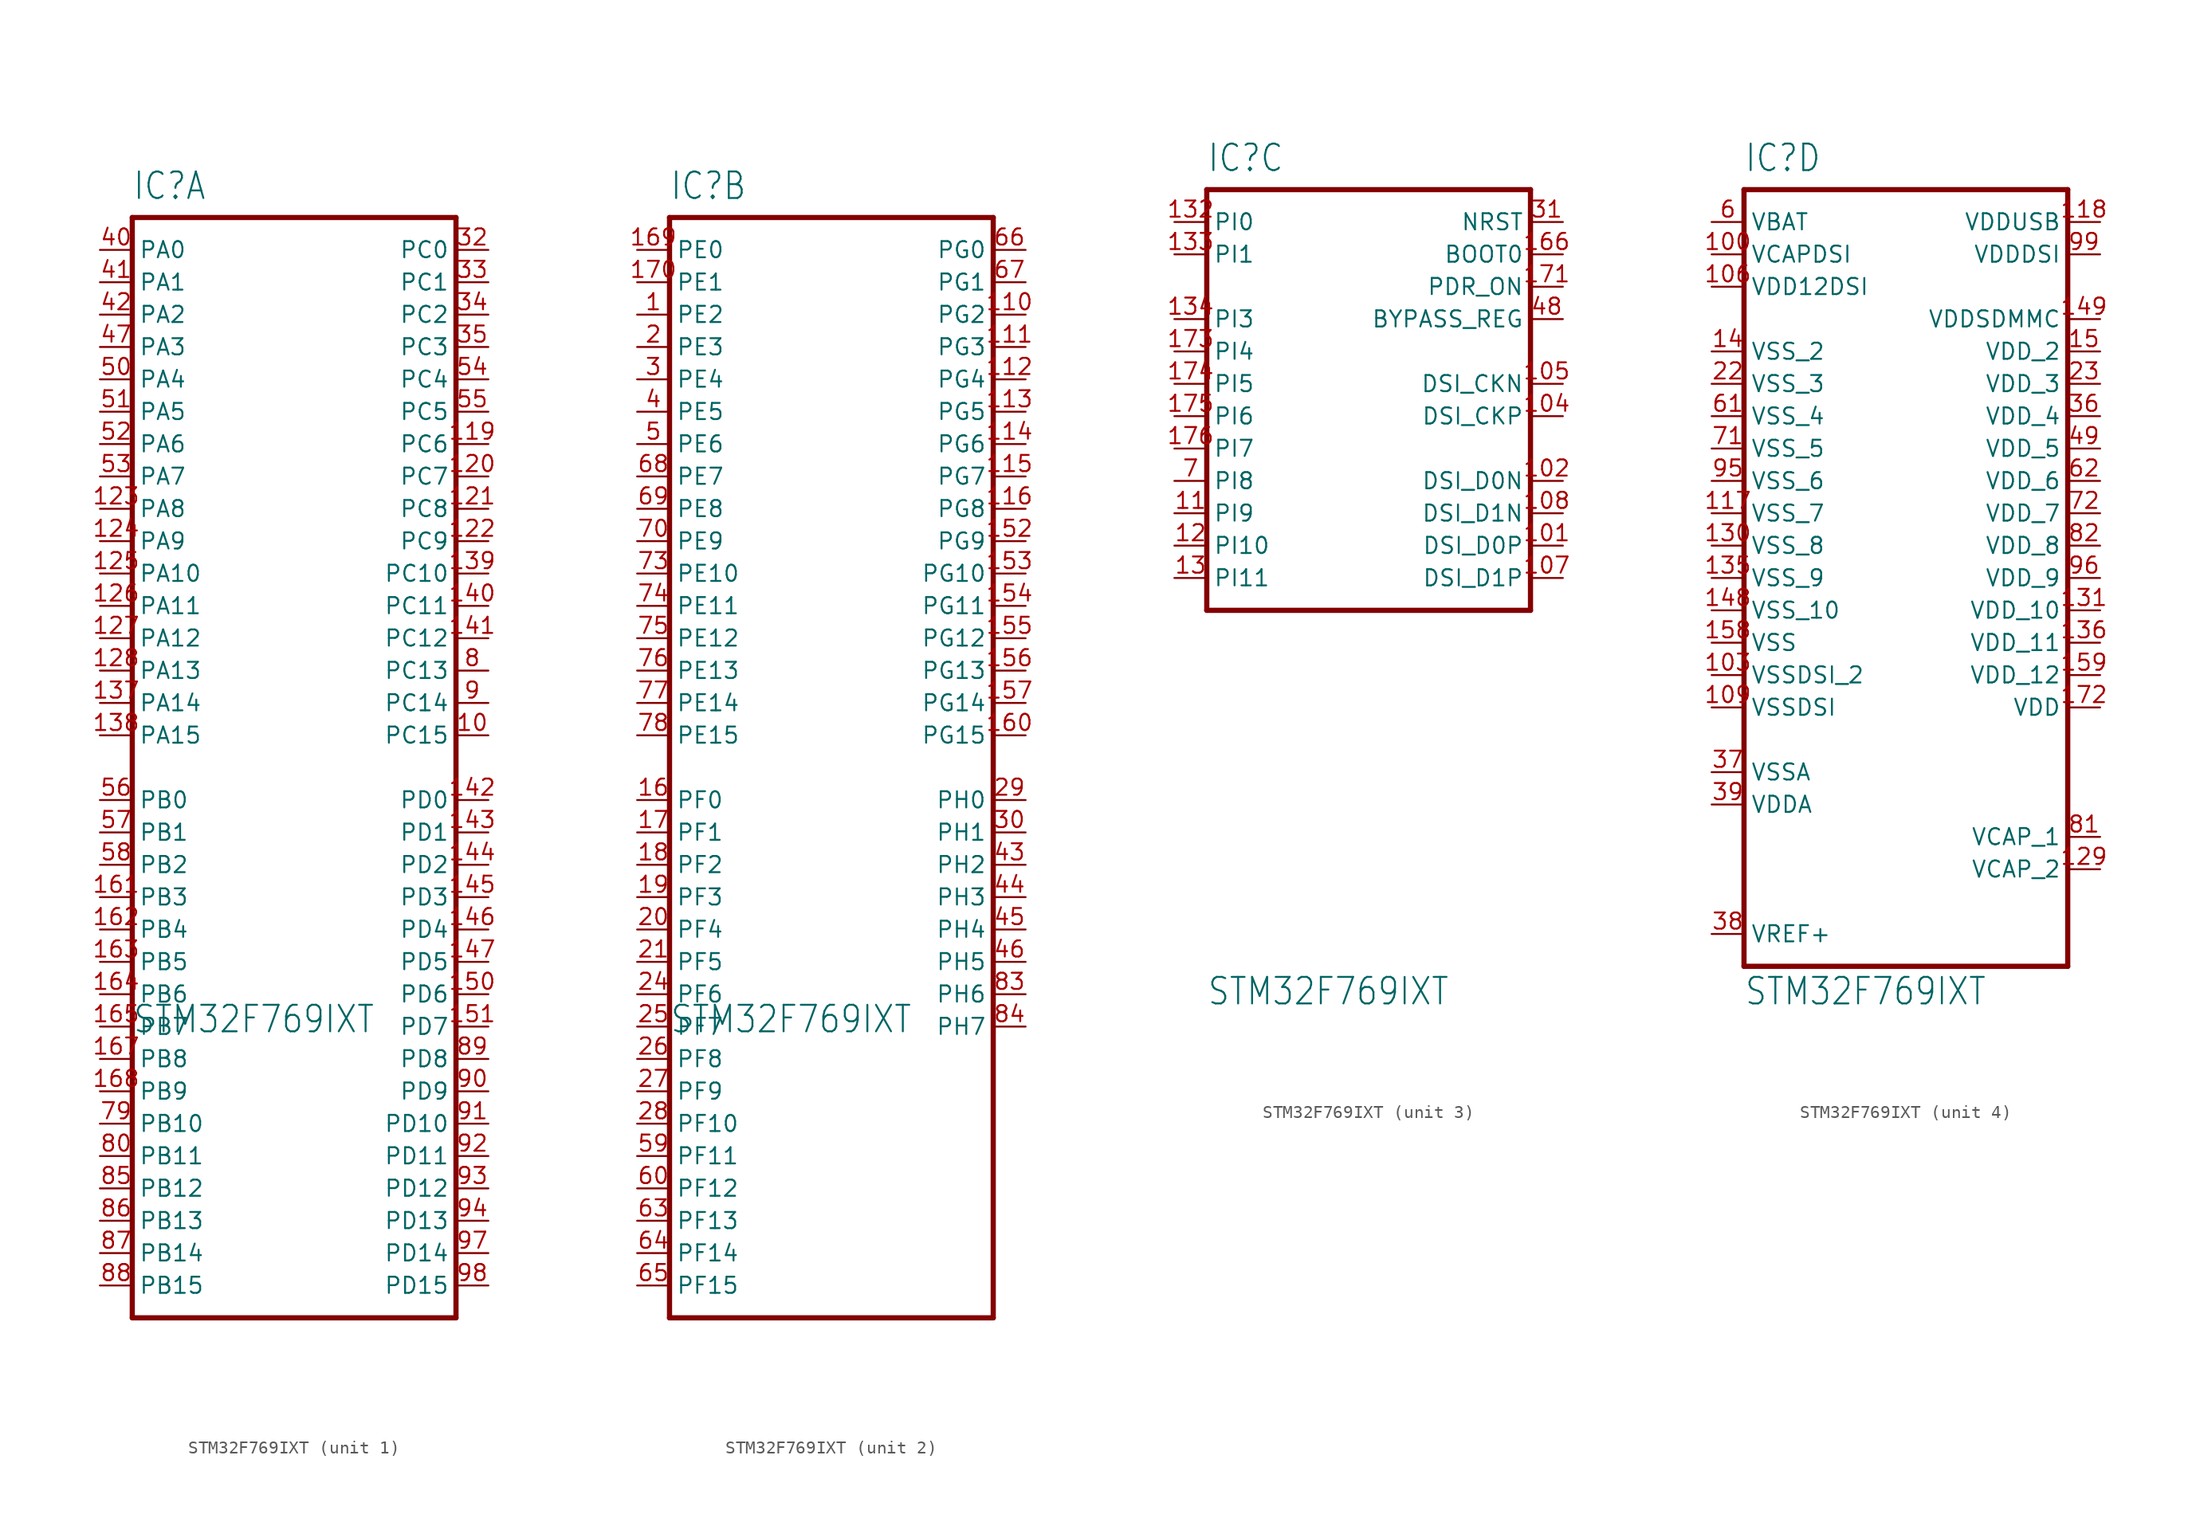
<source format=kicad_sym>
(kicad_symbol_lib
  (version 20211014)
  (generator kicad_symbol_editor)
  (symbol "STM32F769IXT"
    (property "Reference" "IC"
      (at 0 1.27 0)
      (effects (font (size 2.083 1.77)) (justify left bottom)))
    (property "Value" "STM32F769IXT"
      (at 0 -64.135 0)
      (effects (font (size 2.083 1.77)) (justify left bottom)))
    (property "ki_locked" ""
      (at 0 0 0)
      (effects (font (size 1.27 1.27))))
    (symbol "STM32F769IXT_1_0"
      (polyline (pts (xy 0 -86.36) (xy 25.4 -86.36)) (stroke (width 0.406) (type default) (color 0 0 0 0)) (fill (type none)))
      (polyline (pts (xy 0 0) (xy 0 -86.36)) (stroke (width 0.406) (type default) (color 0 0 0 0)) (fill (type none)))
      (polyline (pts (xy 25.4 -86.36) (xy 25.4 0)) (stroke (width 0.406) (type default) (color 0 0 0 0)) (fill (type none)))
      (polyline (pts (xy 25.4 0) (xy 0 0)) (stroke (width 0.406) (type default) (color 0 0 0 0)) (fill (type none)))
      (pin bidirectional line (at 27.94 -40.64 180) (length 2.54) (name "PC15" (effects (font (size 1.27 1.27)))) (number "10" (effects (font (size 1.27 1.27)))))
      (pin bidirectional line (at 27.94 -17.78 180) (length 2.54) (name "PC6" (effects (font (size 1.27 1.27)))) (number "119" (effects (font (size 1.27 1.27)))))
      (pin bidirectional line (at 27.94 -20.32 180) (length 2.54) (name "PC7" (effects (font (size 1.27 1.27)))) (number "120" (effects (font (size 1.27 1.27)))))
      (pin bidirectional line (at 27.94 -22.86 180) (length 2.54) (name "PC8" (effects (font (size 1.27 1.27)))) (number "121" (effects (font (size 1.27 1.27)))))
      (pin bidirectional line (at 27.94 -25.4 180) (length 2.54) (name "PC9" (effects (font (size 1.27 1.27)))) (number "122" (effects (font (size 1.27 1.27)))))
      (pin bidirectional line (at -2.54 -22.86 0) (length 2.54) (name "PA8" (effects (font (size 1.27 1.27)))) (number "123" (effects (font (size 1.27 1.27)))))
      (pin bidirectional line (at -2.54 -25.4 0) (length 2.54) (name "PA9" (effects (font (size 1.27 1.27)))) (number "124" (effects (font (size 1.27 1.27)))))
      (pin bidirectional line (at -2.54 -27.94 0) (length 2.54) (name "PA10" (effects (font (size 1.27 1.27)))) (number "125" (effects (font (size 1.27 1.27)))))
      (pin bidirectional line (at -2.54 -30.48 0) (length 2.54) (name "PA11" (effects (font (size 1.27 1.27)))) (number "126" (effects (font (size 1.27 1.27)))))
      (pin bidirectional line (at -2.54 -33.02 0) (length 2.54) (name "PA12" (effects (font (size 1.27 1.27)))) (number "127" (effects (font (size 1.27 1.27)))))
      (pin bidirectional line (at -2.54 -35.56 0) (length 2.54) (name "PA13" (effects (font (size 1.27 1.27)))) (number "128" (effects (font (size 1.27 1.27)))))
      (pin bidirectional line (at -2.54 -38.1 0) (length 2.54) (name "PA14" (effects (font (size 1.27 1.27)))) (number "137" (effects (font (size 1.27 1.27)))))
      (pin bidirectional line (at -2.54 -40.64 0) (length 2.54) (name "PA15" (effects (font (size 1.27 1.27)))) (number "138" (effects (font (size 1.27 1.27)))))
      (pin bidirectional line (at 27.94 -27.94 180) (length 2.54) (name "PC10" (effects (font (size 1.27 1.27)))) (number "139" (effects (font (size 1.27 1.27)))))
      (pin bidirectional line (at 27.94 -30.48 180) (length 2.54) (name "PC11" (effects (font (size 1.27 1.27)))) (number "140" (effects (font (size 1.27 1.27)))))
      (pin bidirectional line (at 27.94 -33.02 180) (length 2.54) (name "PC12" (effects (font (size 1.27 1.27)))) (number "141" (effects (font (size 1.27 1.27)))))
      (pin bidirectional line (at 27.94 -45.72 180) (length 2.54) (name "PD0" (effects (font (size 1.27 1.27)))) (number "142" (effects (font (size 1.27 1.27)))))
      (pin bidirectional line (at 27.94 -48.26 180) (length 2.54) (name "PD1" (effects (font (size 1.27 1.27)))) (number "143" (effects (font (size 1.27 1.27)))))
      (pin bidirectional line (at 27.94 -50.8 180) (length 2.54) (name "PD2" (effects (font (size 1.27 1.27)))) (number "144" (effects (font (size 1.27 1.27)))))
      (pin bidirectional line (at 27.94 -53.34 180) (length 2.54) (name "PD3" (effects (font (size 1.27 1.27)))) (number "145" (effects (font (size 1.27 1.27)))))
      (pin bidirectional line (at 27.94 -55.88 180) (length 2.54) (name "PD4" (effects (font (size 1.27 1.27)))) (number "146" (effects (font (size 1.27 1.27)))))
      (pin bidirectional line (at 27.94 -58.42 180) (length 2.54) (name "PD5" (effects (font (size 1.27 1.27)))) (number "147" (effects (font (size 1.27 1.27)))))
      (pin bidirectional line (at 27.94 -60.96 180) (length 2.54) (name "PD6" (effects (font (size 1.27 1.27)))) (number "150" (effects (font (size 1.27 1.27)))))
      (pin bidirectional line (at 27.94 -63.5 180) (length 2.54) (name "PD7" (effects (font (size 1.27 1.27)))) (number "151" (effects (font (size 1.27 1.27)))))
      (pin bidirectional line (at -2.54 -53.34 0) (length 2.54) (name "PB3" (effects (font (size 1.27 1.27)))) (number "161" (effects (font (size 1.27 1.27)))))
      (pin bidirectional line (at -2.54 -55.88 0) (length 2.54) (name "PB4" (effects (font (size 1.27 1.27)))) (number "162" (effects (font (size 1.27 1.27)))))
      (pin bidirectional line (at -2.54 -58.42 0) (length 2.54) (name "PB5" (effects (font (size 1.27 1.27)))) (number "163" (effects (font (size 1.27 1.27)))))
      (pin bidirectional line (at -2.54 -60.96 0) (length 2.54) (name "PB6" (effects (font (size 1.27 1.27)))) (number "164" (effects (font (size 1.27 1.27)))))
      (pin bidirectional line (at -2.54 -63.5 0) (length 2.54) (name "PB7" (effects (font (size 1.27 1.27)))) (number "165" (effects (font (size 1.27 1.27)))))
      (pin bidirectional line (at -2.54 -66.04 0) (length 2.54) (name "PB8" (effects (font (size 1.27 1.27)))) (number "167" (effects (font (size 1.27 1.27)))))
      (pin bidirectional line (at -2.54 -68.58 0) (length 2.54) (name "PB9" (effects (font (size 1.27 1.27)))) (number "168" (effects (font (size 1.27 1.27)))))
      (pin bidirectional line (at 27.94 -2.54 180) (length 2.54) (name "PC0" (effects (font (size 1.27 1.27)))) (number "32" (effects (font (size 1.27 1.27)))))
      (pin bidirectional line (at 27.94 -5.08 180) (length 2.54) (name "PC1" (effects (font (size 1.27 1.27)))) (number "33" (effects (font (size 1.27 1.27)))))
      (pin bidirectional line (at 27.94 -7.62 180) (length 2.54) (name "PC2" (effects (font (size 1.27 1.27)))) (number "34" (effects (font (size 1.27 1.27)))))
      (pin bidirectional line (at 27.94 -10.16 180) (length 2.54) (name "PC3" (effects (font (size 1.27 1.27)))) (number "35" (effects (font (size 1.27 1.27)))))
      (pin bidirectional line (at -2.54 -2.54 0) (length 2.54) (name "PA0" (effects (font (size 1.27 1.27)))) (number "40" (effects (font (size 1.27 1.27)))))
      (pin bidirectional line (at -2.54 -5.08 0) (length 2.54) (name "PA1" (effects (font (size 1.27 1.27)))) (number "41" (effects (font (size 1.27 1.27)))))
      (pin bidirectional line (at -2.54 -7.62 0) (length 2.54) (name "PA2" (effects (font (size 1.27 1.27)))) (number "42" (effects (font (size 1.27 1.27)))))
      (pin bidirectional line (at -2.54 -10.16 0) (length 2.54) (name "PA3" (effects (font (size 1.27 1.27)))) (number "47" (effects (font (size 1.27 1.27)))))
      (pin bidirectional line (at -2.54 -12.7 0) (length 2.54) (name "PA4" (effects (font (size 1.27 1.27)))) (number "50" (effects (font (size 1.27 1.27)))))
      (pin bidirectional line (at -2.54 -15.24 0) (length 2.54) (name "PA5" (effects (font (size 1.27 1.27)))) (number "51" (effects (font (size 1.27 1.27)))))
      (pin bidirectional line (at -2.54 -17.78 0) (length 2.54) (name "PA6" (effects (font (size 1.27 1.27)))) (number "52" (effects (font (size 1.27 1.27)))))
      (pin bidirectional line (at -2.54 -20.32 0) (length 2.54) (name "PA7" (effects (font (size 1.27 1.27)))) (number "53" (effects (font (size 1.27 1.27)))))
      (pin bidirectional line (at 27.94 -12.7 180) (length 2.54) (name "PC4" (effects (font (size 1.27 1.27)))) (number "54" (effects (font (size 1.27 1.27)))))
      (pin bidirectional line (at 27.94 -15.24 180) (length 2.54) (name "PC5" (effects (font (size 1.27 1.27)))) (number "55" (effects (font (size 1.27 1.27)))))
      (pin bidirectional line (at -2.54 -45.72 0) (length 2.54) (name "PB0" (effects (font (size 1.27 1.27)))) (number "56" (effects (font (size 1.27 1.27)))))
      (pin bidirectional line (at -2.54 -48.26 0) (length 2.54) (name "PB1" (effects (font (size 1.27 1.27)))) (number "57" (effects (font (size 1.27 1.27)))))
      (pin bidirectional line (at -2.54 -50.8 0) (length 2.54) (name "PB2" (effects (font (size 1.27 1.27)))) (number "58" (effects (font (size 1.27 1.27)))))
      (pin bidirectional line (at -2.54 -71.12 0) (length 2.54) (name "PB10" (effects (font (size 1.27 1.27)))) (number "79" (effects (font (size 1.27 1.27)))))
      (pin bidirectional line (at 27.94 -35.56 180) (length 2.54) (name "PC13" (effects (font (size 1.27 1.27)))) (number "8" (effects (font (size 1.27 1.27)))))
      (pin bidirectional line (at -2.54 -73.66 0) (length 2.54) (name "PB11" (effects (font (size 1.27 1.27)))) (number "80" (effects (font (size 1.27 1.27)))))
      (pin bidirectional line (at -2.54 -76.2 0) (length 2.54) (name "PB12" (effects (font (size 1.27 1.27)))) (number "85" (effects (font (size 1.27 1.27)))))
      (pin bidirectional line (at -2.54 -78.74 0) (length 2.54) (name "PB13" (effects (font (size 1.27 1.27)))) (number "86" (effects (font (size 1.27 1.27)))))
      (pin bidirectional line (at -2.54 -81.28 0) (length 2.54) (name "PB14" (effects (font (size 1.27 1.27)))) (number "87" (effects (font (size 1.27 1.27)))))
      (pin bidirectional line (at -2.54 -83.82 0) (length 2.54) (name "PB15" (effects (font (size 1.27 1.27)))) (number "88" (effects (font (size 1.27 1.27)))))
      (pin bidirectional line (at 27.94 -66.04 180) (length 2.54) (name "PD8" (effects (font (size 1.27 1.27)))) (number "89" (effects (font (size 1.27 1.27)))))
      (pin bidirectional line (at 27.94 -38.1 180) (length 2.54) (name "PC14" (effects (font (size 1.27 1.27)))) (number "9" (effects (font (size 1.27 1.27)))))
      (pin bidirectional line (at 27.94 -68.58 180) (length 2.54) (name "PD9" (effects (font (size 1.27 1.27)))) (number "90" (effects (font (size 1.27 1.27)))))
      (pin bidirectional line (at 27.94 -71.12 180) (length 2.54) (name "PD10" (effects (font (size 1.27 1.27)))) (number "91" (effects (font (size 1.27 1.27)))))
      (pin bidirectional line (at 27.94 -73.66 180) (length 2.54) (name "PD11" (effects (font (size 1.27 1.27)))) (number "92" (effects (font (size 1.27 1.27)))))
      (pin bidirectional line (at 27.94 -76.2 180) (length 2.54) (name "PD12" (effects (font (size 1.27 1.27)))) (number "93" (effects (font (size 1.27 1.27)))))
      (pin bidirectional line (at 27.94 -78.74 180) (length 2.54) (name "PD13" (effects (font (size 1.27 1.27)))) (number "94" (effects (font (size 1.27 1.27)))))
      (pin bidirectional line (at 27.94 -81.28 180) (length 2.54) (name "PD14" (effects (font (size 1.27 1.27)))) (number "97" (effects (font (size 1.27 1.27)))))
      (pin bidirectional line (at 27.94 -83.82 180) (length 2.54) (name "PD15" (effects (font (size 1.27 1.27)))) (number "98" (effects (font (size 1.27 1.27))))))
    (symbol "STM32F769IXT_2_0"
      (polyline (pts (xy 0 -86.36) (xy 25.4 -86.36)) (stroke (width 0.406) (type default) (color 0 0 0 0)) (fill (type none)))
      (polyline (pts (xy 0 0) (xy 0 -86.36)) (stroke (width 0.406) (type default) (color 0 0 0 0)) (fill (type none)))
      (polyline (pts (xy 25.4 -86.36) (xy 25.4 0)) (stroke (width 0.406) (type default) (color 0 0 0 0)) (fill (type none)))
      (polyline (pts (xy 25.4 0) (xy 0 0)) (stroke (width 0.406) (type default) (color 0 0 0 0)) (fill (type none)))
      (pin bidirectional line (at -2.54 -7.62 0) (length 2.54) (name "PE2" (effects (font (size 1.27 1.27)))) (number "1" (effects (font (size 1.27 1.27)))))
      (pin bidirectional line (at 27.94 -7.62 180) (length 2.54) (name "PG2" (effects (font (size 1.27 1.27)))) (number "110" (effects (font (size 1.27 1.27)))))
      (pin bidirectional line (at 27.94 -10.16 180) (length 2.54) (name "PG3" (effects (font (size 1.27 1.27)))) (number "111" (effects (font (size 1.27 1.27)))))
      (pin bidirectional line (at 27.94 -12.7 180) (length 2.54) (name "PG4" (effects (font (size 1.27 1.27)))) (number "112" (effects (font (size 1.27 1.27)))))
      (pin bidirectional line (at 27.94 -15.24 180) (length 2.54) (name "PG5" (effects (font (size 1.27 1.27)))) (number "113" (effects (font (size 1.27 1.27)))))
      (pin bidirectional line (at 27.94 -17.78 180) (length 2.54) (name "PG6" (effects (font (size 1.27 1.27)))) (number "114" (effects (font (size 1.27 1.27)))))
      (pin bidirectional line (at 27.94 -20.32 180) (length 2.54) (name "PG7" (effects (font (size 1.27 1.27)))) (number "115" (effects (font (size 1.27 1.27)))))
      (pin bidirectional line (at 27.94 -22.86 180) (length 2.54) (name "PG8" (effects (font (size 1.27 1.27)))) (number "116" (effects (font (size 1.27 1.27)))))
      (pin bidirectional line (at 27.94 -25.4 180) (length 2.54) (name "PG9" (effects (font (size 1.27 1.27)))) (number "152" (effects (font (size 1.27 1.27)))))
      (pin bidirectional line (at 27.94 -27.94 180) (length 2.54) (name "PG10" (effects (font (size 1.27 1.27)))) (number "153" (effects (font (size 1.27 1.27)))))
      (pin bidirectional line (at 27.94 -30.48 180) (length 2.54) (name "PG11" (effects (font (size 1.27 1.27)))) (number "154" (effects (font (size 1.27 1.27)))))
      (pin bidirectional line (at 27.94 -33.02 180) (length 2.54) (name "PG12" (effects (font (size 1.27 1.27)))) (number "155" (effects (font (size 1.27 1.27)))))
      (pin bidirectional line (at 27.94 -35.56 180) (length 2.54) (name "PG13" (effects (font (size 1.27 1.27)))) (number "156" (effects (font (size 1.27 1.27)))))
      (pin bidirectional line (at 27.94 -38.1 180) (length 2.54) (name "PG14" (effects (font (size 1.27 1.27)))) (number "157" (effects (font (size 1.27 1.27)))))
      (pin bidirectional line (at -2.54 -45.72 0) (length 2.54) (name "PF0" (effects (font (size 1.27 1.27)))) (number "16" (effects (font (size 1.27 1.27)))))
      (pin bidirectional line (at 27.94 -40.64 180) (length 2.54) (name "PG15" (effects (font (size 1.27 1.27)))) (number "160" (effects (font (size 1.27 1.27)))))
      (pin bidirectional line (at -2.54 -2.54 0) (length 2.54) (name "PE0" (effects (font (size 1.27 1.27)))) (number "169" (effects (font (size 1.27 1.27)))))
      (pin bidirectional line (at -2.54 -48.26 0) (length 2.54) (name "PF1" (effects (font (size 1.27 1.27)))) (number "17" (effects (font (size 1.27 1.27)))))
      (pin bidirectional line (at -2.54 -5.08 0) (length 2.54) (name "PE1" (effects (font (size 1.27 1.27)))) (number "170" (effects (font (size 1.27 1.27)))))
      (pin bidirectional line (at -2.54 -50.8 0) (length 2.54) (name "PF2" (effects (font (size 1.27 1.27)))) (number "18" (effects (font (size 1.27 1.27)))))
      (pin bidirectional line (at -2.54 -53.34 0) (length 2.54) (name "PF3" (effects (font (size 1.27 1.27)))) (number "19" (effects (font (size 1.27 1.27)))))
      (pin bidirectional line (at -2.54 -10.16 0) (length 2.54) (name "PE3" (effects (font (size 1.27 1.27)))) (number "2" (effects (font (size 1.27 1.27)))))
      (pin bidirectional line (at -2.54 -55.88 0) (length 2.54) (name "PF4" (effects (font (size 1.27 1.27)))) (number "20" (effects (font (size 1.27 1.27)))))
      (pin bidirectional line (at -2.54 -58.42 0) (length 2.54) (name "PF5" (effects (font (size 1.27 1.27)))) (number "21" (effects (font (size 1.27 1.27)))))
      (pin bidirectional line (at -2.54 -60.96 0) (length 2.54) (name "PF6" (effects (font (size 1.27 1.27)))) (number "24" (effects (font (size 1.27 1.27)))))
      (pin bidirectional line (at -2.54 -63.5 0) (length 2.54) (name "PF7" (effects (font (size 1.27 1.27)))) (number "25" (effects (font (size 1.27 1.27)))))
      (pin bidirectional line (at -2.54 -66.04 0) (length 2.54) (name "PF8" (effects (font (size 1.27 1.27)))) (number "26" (effects (font (size 1.27 1.27)))))
      (pin bidirectional line (at -2.54 -68.58 0) (length 2.54) (name "PF9" (effects (font (size 1.27 1.27)))) (number "27" (effects (font (size 1.27 1.27)))))
      (pin bidirectional line (at -2.54 -71.12 0) (length 2.54) (name "PF10" (effects (font (size 1.27 1.27)))) (number "28" (effects (font (size 1.27 1.27)))))
      (pin bidirectional line (at 27.94 -45.72 180) (length 2.54) (name "PH0" (effects (font (size 1.27 1.27)))) (number "29" (effects (font (size 1.27 1.27)))))
      (pin bidirectional line (at -2.54 -12.7 0) (length 2.54) (name "PE4" (effects (font (size 1.27 1.27)))) (number "3" (effects (font (size 1.27 1.27)))))
      (pin bidirectional line (at 27.94 -48.26 180) (length 2.54) (name "PH1" (effects (font (size 1.27 1.27)))) (number "30" (effects (font (size 1.27 1.27)))))
      (pin bidirectional line (at -2.54 -15.24 0) (length 2.54) (name "PE5" (effects (font (size 1.27 1.27)))) (number "4" (effects (font (size 1.27 1.27)))))
      (pin bidirectional line (at 27.94 -50.8 180) (length 2.54) (name "PH2" (effects (font (size 1.27 1.27)))) (number "43" (effects (font (size 1.27 1.27)))))
      (pin bidirectional line (at 27.94 -53.34 180) (length 2.54) (name "PH3" (effects (font (size 1.27 1.27)))) (number "44" (effects (font (size 1.27 1.27)))))
      (pin bidirectional line (at 27.94 -55.88 180) (length 2.54) (name "PH4" (effects (font (size 1.27 1.27)))) (number "45" (effects (font (size 1.27 1.27)))))
      (pin bidirectional line (at 27.94 -58.42 180) (length 2.54) (name "PH5" (effects (font (size 1.27 1.27)))) (number "46" (effects (font (size 1.27 1.27)))))
      (pin bidirectional line (at -2.54 -17.78 0) (length 2.54) (name "PE6" (effects (font (size 1.27 1.27)))) (number "5" (effects (font (size 1.27 1.27)))))
      (pin bidirectional line (at -2.54 -73.66 0) (length 2.54) (name "PF11" (effects (font (size 1.27 1.27)))) (number "59" (effects (font (size 1.27 1.27)))))
      (pin bidirectional line (at -2.54 -76.2 0) (length 2.54) (name "PF12" (effects (font (size 1.27 1.27)))) (number "60" (effects (font (size 1.27 1.27)))))
      (pin bidirectional line (at -2.54 -78.74 0) (length 2.54) (name "PF13" (effects (font (size 1.27 1.27)))) (number "63" (effects (font (size 1.27 1.27)))))
      (pin bidirectional line (at -2.54 -81.28 0) (length 2.54) (name "PF14" (effects (font (size 1.27 1.27)))) (number "64" (effects (font (size 1.27 1.27)))))
      (pin bidirectional line (at -2.54 -83.82 0) (length 2.54) (name "PF15" (effects (font (size 1.27 1.27)))) (number "65" (effects (font (size 1.27 1.27)))))
      (pin bidirectional line (at 27.94 -2.54 180) (length 2.54) (name "PG0" (effects (font (size 1.27 1.27)))) (number "66" (effects (font (size 1.27 1.27)))))
      (pin bidirectional line (at 27.94 -5.08 180) (length 2.54) (name "PG1" (effects (font (size 1.27 1.27)))) (number "67" (effects (font (size 1.27 1.27)))))
      (pin bidirectional line (at -2.54 -20.32 0) (length 2.54) (name "PE7" (effects (font (size 1.27 1.27)))) (number "68" (effects (font (size 1.27 1.27)))))
      (pin bidirectional line (at -2.54 -22.86 0) (length 2.54) (name "PE8" (effects (font (size 1.27 1.27)))) (number "69" (effects (font (size 1.27 1.27)))))
      (pin bidirectional line (at -2.54 -25.4 0) (length 2.54) (name "PE9" (effects (font (size 1.27 1.27)))) (number "70" (effects (font (size 1.27 1.27)))))
      (pin bidirectional line (at -2.54 -27.94 0) (length 2.54) (name "PE10" (effects (font (size 1.27 1.27)))) (number "73" (effects (font (size 1.27 1.27)))))
      (pin bidirectional line (at -2.54 -30.48 0) (length 2.54) (name "PE11" (effects (font (size 1.27 1.27)))) (number "74" (effects (font (size 1.27 1.27)))))
      (pin bidirectional line (at -2.54 -33.02 0) (length 2.54) (name "PE12" (effects (font (size 1.27 1.27)))) (number "75" (effects (font (size 1.27 1.27)))))
      (pin bidirectional line (at -2.54 -35.56 0) (length 2.54) (name "PE13" (effects (font (size 1.27 1.27)))) (number "76" (effects (font (size 1.27 1.27)))))
      (pin bidirectional line (at -2.54 -38.1 0) (length 2.54) (name "PE14" (effects (font (size 1.27 1.27)))) (number "77" (effects (font (size 1.27 1.27)))))
      (pin bidirectional line (at -2.54 -40.64 0) (length 2.54) (name "PE15" (effects (font (size 1.27 1.27)))) (number "78" (effects (font (size 1.27 1.27)))))
      (pin bidirectional line (at 27.94 -60.96 180) (length 2.54) (name "PH6" (effects (font (size 1.27 1.27)))) (number "83" (effects (font (size 1.27 1.27)))))
      (pin bidirectional line (at 27.94 -63.5 180) (length 2.54) (name "PH7" (effects (font (size 1.27 1.27)))) (number "84" (effects (font (size 1.27 1.27))))))
    (symbol "STM32F769IXT_3_0"
      (polyline (pts (xy 0 -33.02) (xy 25.4 -33.02)) (stroke (width 0.406) (type default) (color 0 0 0 0)) (fill (type none)))
      (polyline (pts (xy 0 0) (xy 0 -33.02)) (stroke (width 0.406) (type default) (color 0 0 0 0)) (fill (type none)))
      (polyline (pts (xy 25.4 -33.02) (xy 25.4 0)) (stroke (width 0.406) (type default) (color 0 0 0 0)) (fill (type none)))
      (polyline (pts (xy 25.4 0) (xy 0 0)) (stroke (width 0.406) (type default) (color 0 0 0 0)) (fill (type none)))
      (pin bidirectional line (at 27.94 -27.94 180) (length 2.54) (name "DSI_D0P" (effects (font (size 1.27 1.27)))) (number "101" (effects (font (size 1.27 1.27)))))
      (pin bidirectional line (at 27.94 -22.86 180) (length 2.54) (name "DSI_D0N" (effects (font (size 1.27 1.27)))) (number "102" (effects (font (size 1.27 1.27)))))
      (pin bidirectional line (at 27.94 -17.78 180) (length 2.54) (name "DSI_CKP" (effects (font (size 1.27 1.27)))) (number "104" (effects (font (size 1.27 1.27)))))
      (pin bidirectional line (at 27.94 -15.24 180) (length 2.54) (name "DSI_CKN" (effects (font (size 1.27 1.27)))) (number "105" (effects (font (size 1.27 1.27)))))
      (pin bidirectional line (at 27.94 -30.48 180) (length 2.54) (name "DSI_D1P" (effects (font (size 1.27 1.27)))) (number "107" (effects (font (size 1.27 1.27)))))
      (pin bidirectional line (at 27.94 -25.4 180) (length 2.54) (name "DSI_D1N" (effects (font (size 1.27 1.27)))) (number "108" (effects (font (size 1.27 1.27)))))
      (pin bidirectional line (at -2.54 -25.4 0) (length 2.54) (name "PI9" (effects (font (size 1.27 1.27)))) (number "11" (effects (font (size 1.27 1.27)))))
      (pin bidirectional line (at -2.54 -27.94 0) (length 2.54) (name "PI10" (effects (font (size 1.27 1.27)))) (number "12" (effects (font (size 1.27 1.27)))))
      (pin bidirectional line (at -2.54 -30.48 0) (length 2.54) (name "PI11" (effects (font (size 1.27 1.27)))) (number "13" (effects (font (size 1.27 1.27)))))
      (pin bidirectional line (at -2.54 -2.54 0) (length 2.54) (name "PI0" (effects (font (size 1.27 1.27)))) (number "132" (effects (font (size 1.27 1.27)))))
      (pin bidirectional line (at -2.54 -5.08 0) (length 2.54) (name "PI1" (effects (font (size 1.27 1.27)))) (number "133" (effects (font (size 1.27 1.27)))))
      (pin bidirectional line (at -2.54 -10.16 0) (length 2.54) (name "PI3" (effects (font (size 1.27 1.27)))) (number "134" (effects (font (size 1.27 1.27)))))
      (pin input line (at 27.94 -5.08 180) (length 2.54) (name "BOOT0" (effects (font (size 1.27 1.27)))) (number "166" (effects (font (size 1.27 1.27)))))
      (pin passive line (at 27.94 -7.62 180) (length 2.54) (name "PDR_ON" (effects (font (size 1.27 1.27)))) (number "171" (effects (font (size 1.27 1.27)))))
      (pin bidirectional line (at -2.54 -12.7 0) (length 2.54) (name "PI4" (effects (font (size 1.27 1.27)))) (number "173" (effects (font (size 1.27 1.27)))))
      (pin bidirectional line (at -2.54 -15.24 0) (length 2.54) (name "PI5" (effects (font (size 1.27 1.27)))) (number "174" (effects (font (size 1.27 1.27)))))
      (pin bidirectional line (at -2.54 -17.78 0) (length 2.54) (name "PI6" (effects (font (size 1.27 1.27)))) (number "175" (effects (font (size 1.27 1.27)))))
      (pin bidirectional line (at -2.54 -20.32 0) (length 2.54) (name "PI7" (effects (font (size 1.27 1.27)))) (number "176" (effects (font (size 1.27 1.27)))))
      (pin bidirectional line (at 27.94 -2.54 180) (length 2.54) (name "NRST" (effects (font (size 1.27 1.27)))) (number "31" (effects (font (size 1.27 1.27)))))
      (pin input line (at 27.94 -10.16 180) (length 2.54) (name "BYPASS_REG" (effects (font (size 1.27 1.27)))) (number "48" (effects (font (size 1.27 1.27)))))
      (pin bidirectional line (at -2.54 -22.86 0) (length 2.54) (name "PI8" (effects (font (size 1.27 1.27)))) (number "7" (effects (font (size 1.27 1.27))))))
    (symbol "STM32F769IXT_4_0"
      (polyline (pts (xy 0 -60.96) (xy 25.4 -60.96)) (stroke (width 0.406) (type default) (color 0 0 0 0)) (fill (type none)))
      (polyline (pts (xy 0 0) (xy 0 -60.96)) (stroke (width 0.406) (type default) (color 0 0 0 0)) (fill (type none)))
      (polyline (pts (xy 25.4 -60.96) (xy 25.4 0)) (stroke (width 0.406) (type default) (color 0 0 0 0)) (fill (type none)))
      (polyline (pts (xy 25.4 0) (xy 0 0)) (stroke (width 0.406) (type default) (color 0 0 0 0)) (fill (type none)))
      (pin power_in line (at -2.54 -5.08 0) (length 2.54) (name "VCAPDSI" (effects (font (size 1.27 1.27)))) (number "100" (effects (font (size 1.27 1.27)))))
      (pin power_in line (at -2.54 -38.1 0) (length 2.54) (name "VSSDSI_2" (effects (font (size 1.27 1.27)))) (number "103" (effects (font (size 1.27 1.27)))))
      (pin power_in line (at -2.54 -7.62 0) (length 2.54) (name "VDD12DSI" (effects (font (size 1.27 1.27)))) (number "106" (effects (font (size 1.27 1.27)))))
      (pin power_in line (at -2.54 -40.64 0) (length 2.54) (name "VSSDSI" (effects (font (size 1.27 1.27)))) (number "109" (effects (font (size 1.27 1.27)))))
      (pin power_in line (at -2.54 -25.4 0) (length 2.54) (name "VSS_7" (effects (font (size 1.27 1.27)))) (number "117" (effects (font (size 1.27 1.27)))))
      (pin power_in line (at 27.94 -2.54 180) (length 2.54) (name "VDDUSB" (effects (font (size 1.27 1.27)))) (number "118" (effects (font (size 1.27 1.27)))))
      (pin power_in line (at 27.94 -53.34 180) (length 2.54) (name "VCAP_2" (effects (font (size 1.27 1.27)))) (number "129" (effects (font (size 1.27 1.27)))))
      (pin power_in line (at -2.54 -27.94 0) (length 2.54) (name "VSS_8" (effects (font (size 1.27 1.27)))) (number "130" (effects (font (size 1.27 1.27)))))
      (pin power_in line (at 27.94 -33.02 180) (length 2.54) (name "VDD_10" (effects (font (size 1.27 1.27)))) (number "131" (effects (font (size 1.27 1.27)))))
      (pin power_in line (at -2.54 -30.48 0) (length 2.54) (name "VSS_9" (effects (font (size 1.27 1.27)))) (number "135" (effects (font (size 1.27 1.27)))))
      (pin power_in line (at 27.94 -35.56 180) (length 2.54) (name "VDD_11" (effects (font (size 1.27 1.27)))) (number "136" (effects (font (size 1.27 1.27)))))
      (pin power_in line (at -2.54 -12.7 0) (length 2.54) (name "VSS_2" (effects (font (size 1.27 1.27)))) (number "14" (effects (font (size 1.27 1.27)))))
      (pin power_in line (at -2.54 -33.02 0) (length 2.54) (name "VSS_10" (effects (font (size 1.27 1.27)))) (number "148" (effects (font (size 1.27 1.27)))))
      (pin power_in line (at 27.94 -10.16 180) (length 2.54) (name "VDDSDMMC" (effects (font (size 1.27 1.27)))) (number "149" (effects (font (size 1.27 1.27)))))
      (pin power_in line (at 27.94 -12.7 180) (length 2.54) (name "VDD_2" (effects (font (size 1.27 1.27)))) (number "15" (effects (font (size 1.27 1.27)))))
      (pin power_in line (at -2.54 -35.56 0) (length 2.54) (name "VSS" (effects (font (size 1.27 1.27)))) (number "158" (effects (font (size 1.27 1.27)))))
      (pin power_in line (at 27.94 -38.1 180) (length 2.54) (name "VDD_12" (effects (font (size 1.27 1.27)))) (number "159" (effects (font (size 1.27 1.27)))))
      (pin power_in line (at 27.94 -40.64 180) (length 2.54) (name "VDD" (effects (font (size 1.27 1.27)))) (number "172" (effects (font (size 1.27 1.27)))))
      (pin power_in line (at -2.54 -15.24 0) (length 2.54) (name "VSS_3" (effects (font (size 1.27 1.27)))) (number "22" (effects (font (size 1.27 1.27)))))
      (pin power_in line (at 27.94 -15.24 180) (length 2.54) (name "VDD_3" (effects (font (size 1.27 1.27)))) (number "23" (effects (font (size 1.27 1.27)))))
      (pin power_in line (at 27.94 -17.78 180) (length 2.54) (name "VDD_4" (effects (font (size 1.27 1.27)))) (number "36" (effects (font (size 1.27 1.27)))))
      (pin power_in line (at -2.54 -45.72 0) (length 2.54) (name "VSSA" (effects (font (size 1.27 1.27)))) (number "37" (effects (font (size 1.27 1.27)))))
      (pin power_in line (at -2.54 -58.42 0) (length 2.54) (name "VREF+" (effects (font (size 1.27 1.27)))) (number "38" (effects (font (size 1.27 1.27)))))
      (pin power_in line (at -2.54 -48.26 0) (length 2.54) (name "VDDA" (effects (font (size 1.27 1.27)))) (number "39" (effects (font (size 1.27 1.27)))))
      (pin power_in line (at 27.94 -20.32 180) (length 2.54) (name "VDD_5" (effects (font (size 1.27 1.27)))) (number "49" (effects (font (size 1.27 1.27)))))
      (pin power_in line (at -2.54 -2.54 0) (length 2.54) (name "VBAT" (effects (font (size 1.27 1.27)))) (number "6" (effects (font (size 1.27 1.27)))))
      (pin power_in line (at -2.54 -17.78 0) (length 2.54) (name "VSS_4" (effects (font (size 1.27 1.27)))) (number "61" (effects (font (size 1.27 1.27)))))
      (pin power_in line (at 27.94 -22.86 180) (length 2.54) (name "VDD_6" (effects (font (size 1.27 1.27)))) (number "62" (effects (font (size 1.27 1.27)))))
      (pin power_in line (at -2.54 -20.32 0) (length 2.54) (name "VSS_5" (effects (font (size 1.27 1.27)))) (number "71" (effects (font (size 1.27 1.27)))))
      (pin power_in line (at 27.94 -25.4 180) (length 2.54) (name "VDD_7" (effects (font (size 1.27 1.27)))) (number "72" (effects (font (size 1.27 1.27)))))
      (pin power_in line (at 27.94 -50.8 180) (length 2.54) (name "VCAP_1" (effects (font (size 1.27 1.27)))) (number "81" (effects (font (size 1.27 1.27)))))
      (pin power_in line (at 27.94 -27.94 180) (length 2.54) (name "VDD_8" (effects (font (size 1.27 1.27)))) (number "82" (effects (font (size 1.27 1.27)))))
      (pin power_in line (at -2.54 -22.86 0) (length 2.54) (name "VSS_6" (effects (font (size 1.27 1.27)))) (number "95" (effects (font (size 1.27 1.27)))))
      (pin power_in line (at 27.94 -30.48 180) (length 2.54) (name "VDD_9" (effects (font (size 1.27 1.27)))) (number "96" (effects (font (size 1.27 1.27)))))
      (pin power_in line (at 27.94 -5.08 180) (length 2.54) (name "VDDDSI" (effects (font (size 1.27 1.27)))) (number "99" (effects (font (size 1.27 1.27))))))))
</source>
